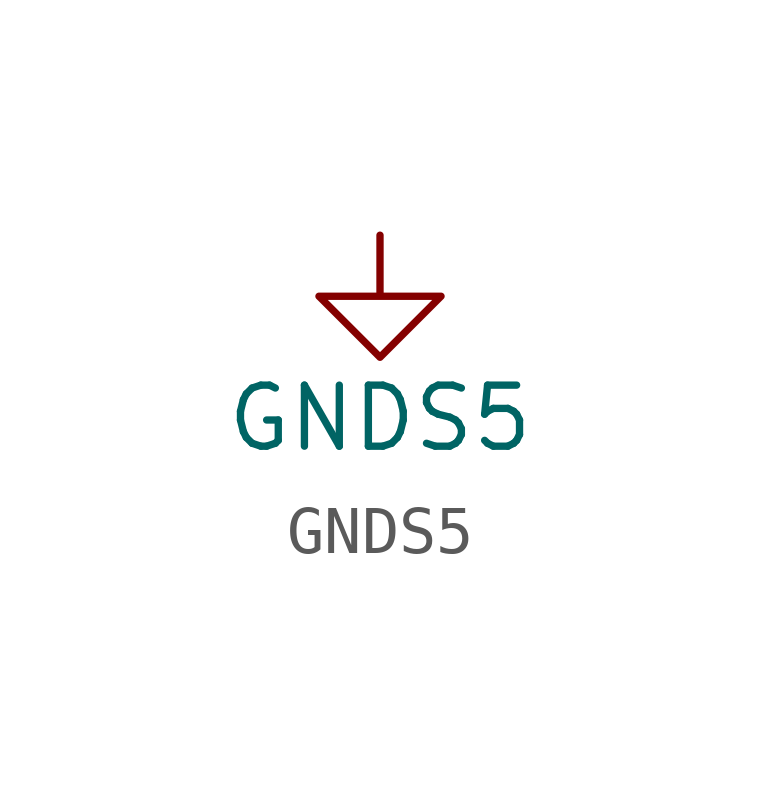
<source format=kicad_sym>
(kicad_symbol_lib
  (version 20220914)
  (generator kicad_symbol_editor)
  (symbol "GNDS5"
    (power)
    (pin_names
      (offset 0))
    (property "Reference" "#PWR"
      (at 0 -6.35 0)
      (effects (font (size 1.27 1.27)) hide))
    (property "Value" "GNDS5"
      (at 0 -3.81 0)
      (effects (font (size 1.27 1.27))))
    (symbol "GNDS5_0_1"
      (polyline (pts (xy 0 0) (xy 0 -1.27) (xy 1.27 -1.27) (xy 0 -2.54) (xy -1.27 -1.27) (xy 0 -1.27)) (stroke (width 0) (type default)) (fill (type none))))
    (symbol "GNDS5_1_1"
      (pin power_in line (at 0 0 270) (length 0) hide (name "GNDS5" (effects (font (size 1.27 1.27)))) (number "1" (effects (font (size 1.27 1.27))))))))
</source>
